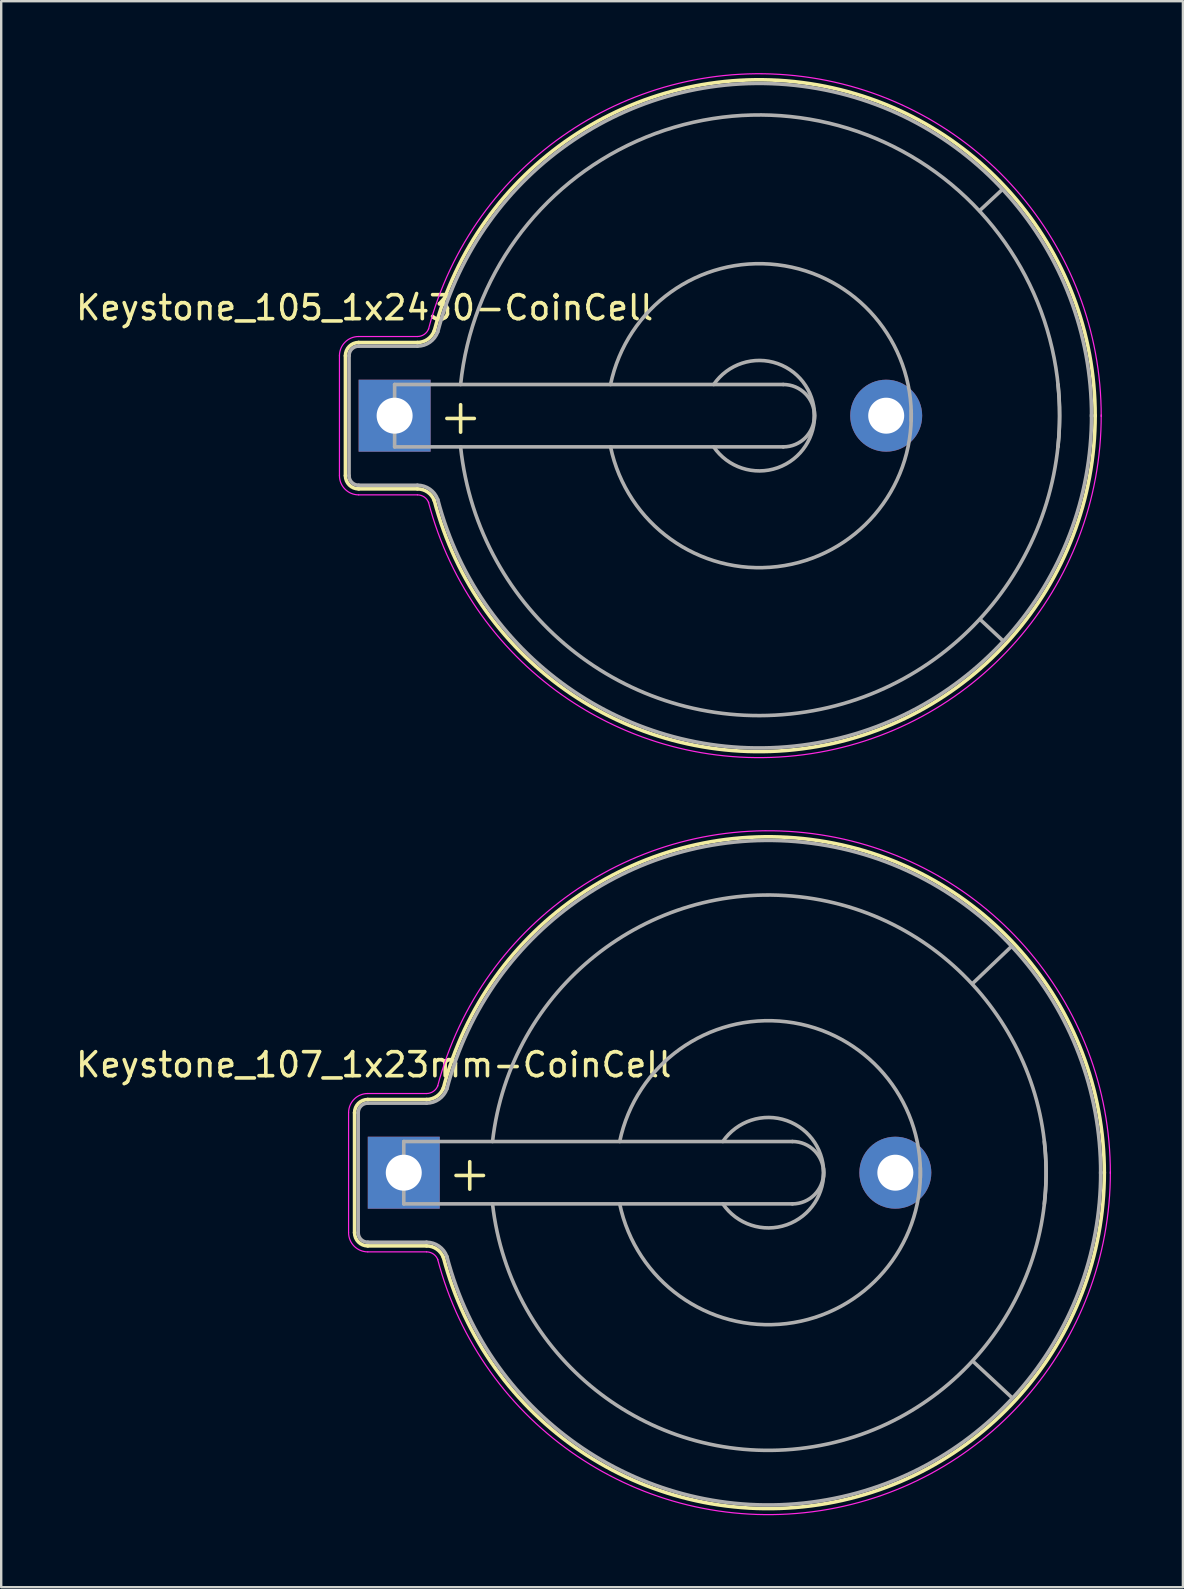
<source format=kicad_pcb>
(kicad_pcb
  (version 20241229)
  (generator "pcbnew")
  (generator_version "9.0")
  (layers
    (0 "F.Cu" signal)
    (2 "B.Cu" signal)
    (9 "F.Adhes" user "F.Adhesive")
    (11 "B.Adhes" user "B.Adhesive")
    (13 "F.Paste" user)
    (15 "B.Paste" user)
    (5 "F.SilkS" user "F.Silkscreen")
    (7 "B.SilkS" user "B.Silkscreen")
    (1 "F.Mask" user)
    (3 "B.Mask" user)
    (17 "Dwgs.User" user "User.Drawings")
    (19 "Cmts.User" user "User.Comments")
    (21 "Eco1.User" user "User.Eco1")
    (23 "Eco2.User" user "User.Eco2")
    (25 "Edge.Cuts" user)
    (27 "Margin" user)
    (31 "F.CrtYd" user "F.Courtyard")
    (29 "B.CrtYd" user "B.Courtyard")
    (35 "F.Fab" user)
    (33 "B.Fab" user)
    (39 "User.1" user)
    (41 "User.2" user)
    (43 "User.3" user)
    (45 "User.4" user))
  (footprint "Keystone_105_1x2430-CoinCell"
    (layer "F.Cu")
    (at 13.399 14.277)
    (property "Reference" "Keystone_105_1x2430-CoinCell" (at -1.25 -4.5 0) (layer "F.SilkS") (effects (font (size 1 1) (thickness 0.15))))
    (attr through_hole)
    (fp_line (start -2.05 -2.5) (end -2.05 2.5) (stroke (width 0.15) (type solid)) (layer "F.SilkS"))
    (fp_line (start -1.5 3.05) (end 0.95 3.05) (stroke (width 0.15) (type solid)) (layer "F.SilkS"))
    (fp_line (start 0.95 -3.05) (end -1.5 -3.05) (stroke (width 0.15) (type solid)) (layer "F.SilkS"))
    (fp_arc (start -2.05 -2.5) (mid -1.888909 -2.888909) (end -1.5 -3.05) (stroke (width 0.15) (type solid)) (layer "F.SilkS"))
    (fp_arc (start -1.5 3.05) (mid -1.888909 2.888909) (end -2.05 2.5) (stroke (width 0.15) (type solid)) (layer "F.SilkS"))
    (fp_arc (start 0.95 3.05) (mid 1.380182 3.185636) (end 1.654769 3.543485) (stroke (width 0.15) (type solid)) (layer "F.SilkS"))
    (fp_arc (start 1.65 -3.52) (mid 16.981862 -13.885887) (end 29.199738 0.015231) (stroke (width 0.15) (type solid)) (layer "F.SilkS"))
    (fp_arc (start 1.654769 -3.543485) (mid 1.380182 -3.185636) (end 0.95 -3.05) (stroke (width 0.15) (type solid)) (layer "F.SilkS"))
    (fp_arc (start 29.199738 -0.015231) (mid 16.981862 13.885887) (end 1.65 3.52) (stroke (width 0.15) (type solid)) (layer "F.SilkS"))
    (fp_line (start -2.3 -2.5) (end -2.3 2.5) (stroke (width 0.05) (type solid)) (layer "F.CrtYd"))
    (fp_line (start -1.5 3.3) (end 0.95 3.3) (stroke (width 0.05) (type solid)) (layer "F.CrtYd"))
    (fp_line (start 0.95 -3.3) (end -1.5 -3.3) (stroke (width 0.05) (type solid)) (layer "F.CrtYd"))
    (fp_arc (start -2.3 -2.5) (mid -2.065685 -3.065685) (end -1.5 -3.3) (stroke (width 0.05) (type solid)) (layer "F.CrtYd"))
    (fp_arc (start -1.5 3.3) (mid -2.065685 3.065685) (end -2.3 2.5) (stroke (width 0.05) (type solid)) (layer "F.CrtYd"))
    (fp_arc (start 0.95 3.3) (mid 1.236788 3.390424) (end 1.419846 3.62899) (stroke (width 0.05) (type solid)) (layer "F.CrtYd"))
    (fp_arc (start 1.41 -3.6) (mid 17.030934 -14.134065) (end 29.452124 0.032591) (stroke (width 0.05) (type solid)) (layer "F.CrtYd"))
    (fp_arc (start 1.419846 -3.62899) (mid 1.236788 -3.390424) (end 0.95 -3.3) (stroke (width 0.05) (type solid)) (layer "F.CrtYd"))
    (fp_arc (start 29.452124 -0.032591) (mid 17.030934 14.134065) (end 1.41 3.6) (stroke (width 0.05) (type solid)) (layer "F.CrtYd"))
    (fp_line (start -1.9 -2.5) (end -1.9 2.5) (stroke (width 0.15) (type solid)) (layer "F.Fab"))
    (fp_line (start -1.5 2.9) (end 0.95 2.9) (stroke (width 0.15) (type solid)) (layer "F.Fab"))
    (fp_line (start 0 -1.3) (end 0 1.3) (stroke (width 0.15) (type solid)) (layer "F.Fab"))
    (fp_line (start 0 1.3) (end 16.2 1.3) (stroke (width 0.15) (type solid)) (layer "F.Fab"))
    (fp_line (start 0.95 -2.9) (end -1.5 -2.9) (stroke (width 0.15) (type solid)) (layer "F.Fab"))
    (fp_line (start 16.2 -1.3) (end 0 -1.3) (stroke (width 0.15) (type solid)) (layer "F.Fab"))
    (fp_line (start 24.384 -8.547) (end 25.299 -9.399) (stroke (width 0.15) (type solid)) (layer "F.Fab"))
    (fp_line (start 24.409 8.496) (end 25.375 9.398) (stroke (width 0.15) (type solid)) (layer "F.Fab"))
    (fp_arc (start -1.9 -2.5) (mid -1.782843 -2.782843) (end -1.5 -2.9) (stroke (width 0.15) (type solid)) (layer "F.Fab"))
    (fp_arc (start -1.5 2.9) (mid -1.782843 2.782843) (end -1.9 2.5) (stroke (width 0.15) (type solid)) (layer "F.Fab"))
    (fp_arc (start 0.95 2.9) (mid 1.466219 3.062763) (end 1.795723 3.492182) (stroke (width 0.15) (type solid)) (layer "F.Fab"))
    (fp_arc (start 1.795723 -3.492182) (mid 1.466219 -3.062763) (end 0.95 -2.9) (stroke (width 0.15) (type solid)) (layer "F.Fab"))
    (fp_arc (start 1.8 -3.5) (mid 16.980951 -13.734563) (end 29.049508 0.033425) (stroke (width 0.15) (type solid)) (layer "F.Fab"))
    (fp_arc (start 2.75 -1.3) (mid 16.5 -12.45) (end 27.65 1.3) (stroke (width 0.15) (type solid)) (layer "F.Fab"))
    (fp_arc (start 9 -1.3) (mid 15.954687 -6.28971) (end 21.531551 0.203631) (stroke (width 0.15) (type solid)) (layer "F.Fab"))
    (fp_arc (start 13.3 -1.3) (mid 15.963947 -2.171724) (end 17.495448 0.175833) (stroke (width 0.15) (type solid)) (layer "F.Fab"))
    (fp_arc (start 16.2 -1.3) (mid 17.5 0) (end 16.2 1.3) (stroke (width 0.15) (type solid)) (layer "F.Fab"))
    (fp_arc (start 17.495448 -0.175833) (mid 15.963947 2.171724) (end 13.3 1.3) (stroke (width 0.15) (type solid)) (layer "F.Fab"))
    (fp_arc (start 21.531551 -0.203631) (mid 15.954687 6.28971) (end 9 1.3) (stroke (width 0.15) (type solid)) (layer "F.Fab"))
    (fp_arc (start 27.65 -1.3) (mid 16.5 12.45) (end 2.75 1.3) (stroke (width 0.15) (type solid)) (layer "F.Fab"))
    (fp_arc (start 29.049508 -0.033425) (mid 16.980951 13.734562) (end 1.8 3.5) (stroke (width 0.15) (type solid)) (layer "F.Fab"))
    (fp_text user "+" (at 2.75 0 0) (layer "F.SilkS") (effects (font (size 1.5 1.5) (thickness 0.15))))
    (pad "1" thru_hole rect (at 0 0) (size 3 3) (drill 1.5) (layers "*.Cu" "*.Mask"))
    (pad "2" thru_hole circle (at 20.49 0) (size 3 3) (drill 1.5) (layers "*.Cu" "*.Mask")))
  (footprint "Keystone_107_1x23mm-CoinCell"
    (layer "F.Cu")
    (at 13.78 45.831)
    (property "Reference" "Keystone_107_1x23mm-CoinCell" (at -1.25 -4.5 0) (layer "F.SilkS") (effects (font (size 1 1) (thickness 0.15))))
    (attr through_hole)
    (fp_line (start -2.05 -2.5) (end -2.05 2.5) (stroke (width 0.15) (type solid)) (layer "F.SilkS"))
    (fp_line (start -1.5 3.05) (end 0.95 3.05) (stroke (width 0.15) (type solid)) (layer "F.SilkS"))
    (fp_line (start 0.95 -3.05) (end -1.5 -3.05) (stroke (width 0.15) (type solid)) (layer "F.SilkS"))
    (fp_arc (start -2.05 -2.5) (mid -1.888909 -2.888909) (end -1.5 -3.05) (stroke (width 0.15) (type solid)) (layer "F.SilkS"))
    (fp_arc (start -1.5 3.05) (mid -1.888909 2.888909) (end -2.05 2.5) (stroke (width 0.15) (type solid)) (layer "F.SilkS"))
    (fp_arc (start 0.95 3.05) (mid 1.380182 3.185636) (end 1.654769 3.543485) (stroke (width 0.15) (type solid)) (layer "F.SilkS"))
    (fp_arc (start 1.65 -3.52) (mid 16.981862 -13.885887) (end 29.199738 0.015231) (stroke (width 0.15) (type solid)) (layer "F.SilkS"))
    (fp_arc (start 1.654769 -3.543485) (mid 1.380182 -3.185636) (end 0.95 -3.05) (stroke (width 0.15) (type solid)) (layer "F.SilkS"))
    (fp_arc (start 29.199738 -0.015231) (mid 16.981862 13.885887) (end 1.65 3.52) (stroke (width 0.15) (type solid)) (layer "F.SilkS"))
    (fp_line (start -2.3 -2.5) (end -2.3 2.5) (stroke (width 0.05) (type solid)) (layer "F.CrtYd"))
    (fp_line (start -1.5 3.3) (end 0.95 3.3) (stroke (width 0.05) (type solid)) (layer "F.CrtYd"))
    (fp_line (start 0.95 -3.3) (end -1.5 -3.3) (stroke (width 0.05) (type solid)) (layer "F.CrtYd"))
    (fp_arc (start -2.3 -2.5) (mid -2.065685 -3.065685) (end -1.5 -3.3) (stroke (width 0.05) (type solid)) (layer "F.CrtYd"))
    (fp_arc (start -1.5 3.3) (mid -2.065685 3.065685) (end -2.3 2.5) (stroke (width 0.05) (type solid)) (layer "F.CrtYd"))
    (fp_arc (start 0.95 3.3) (mid 1.236788 3.390424) (end 1.419846 3.62899) (stroke (width 0.05) (type solid)) (layer "F.CrtYd"))
    (fp_arc (start 1.41 -3.6) (mid 17.030934 -14.134065) (end 29.452124 0.032591) (stroke (width 0.05) (type solid)) (layer "F.CrtYd"))
    (fp_arc (start 1.419846 -3.62899) (mid 1.236788 -3.390424) (end 0.95 -3.3) (stroke (width 0.05) (type solid)) (layer "F.CrtYd"))
    (fp_arc (start 29.452124 -0.032591) (mid 17.030934 14.134065) (end 1.41 3.6) (stroke (width 0.05) (type solid)) (layer "F.CrtYd"))
    (fp_line (start -1.9 -2.5) (end -1.9 2.5) (stroke (width 0.15) (type solid)) (layer "F.Fab"))
    (fp_line (start -1.5 2.9) (end 0.95 2.9) (stroke (width 0.15) (type solid)) (layer "F.Fab"))
    (fp_line (start 0 -1.3) (end 0 1.3) (stroke (width 0.15) (type solid)) (layer "F.Fab"))
    (fp_line (start 0 1.3) (end 16.2 1.3) (stroke (width 0.15) (type solid)) (layer "F.Fab"))
    (fp_line (start 0.95 -2.9) (end -1.5 -2.9) (stroke (width 0.15) (type solid)) (layer "F.Fab"))
    (fp_line (start 16.2 -1.3) (end 0 -1.3) (stroke (width 0.15) (type solid)) (layer "F.Fab"))
    (fp_line (start 23.711 -7.887) (end 25.339 -9.439) (stroke (width 0.15) (type solid)) (layer "F.Fab"))
    (fp_line (start 23.724 7.861) (end 25.367 9.391) (stroke (width 0.15) (type solid)) (layer "F.Fab"))
    (fp_arc (start -1.9 -2.5) (mid -1.782843 -2.782843) (end -1.5 -2.9) (stroke (width 0.15) (type solid)) (layer "F.Fab"))
    (fp_arc (start -1.5 2.9) (mid -1.782843 2.782843) (end -1.9 2.5) (stroke (width 0.15) (type solid)) (layer "F.Fab"))
    (fp_arc (start 0.95 2.9) (mid 1.466219 3.062763) (end 1.795723 3.492182) (stroke (width 0.15) (type solid)) (layer "F.Fab"))
    (fp_arc (start 1.795723 -3.492182) (mid 1.466219 -3.062763) (end 0.95 -2.9) (stroke (width 0.15) (type solid)) (layer "F.Fab"))
    (fp_arc (start 1.8 -3.5) (mid 16.980951 -13.734563) (end 29.049508 0.033425) (stroke (width 0.15) (type solid)) (layer "F.Fab"))
    (fp_arc (start 3.7 -1.3) (mid 16.5 -11.5) (end 26.7 1.3) (stroke (width 0.15) (type solid)) (layer "F.Fab"))
    (fp_arc (start 9 -1.3) (mid 15.954687 -6.28971) (end 21.531551 0.203631) (stroke (width 0.15) (type solid)) (layer "F.Fab"))
    (fp_arc (start 13.3 -1.3) (mid 15.963947 -2.171724) (end 17.495448 0.175833) (stroke (width 0.15) (type solid)) (layer "F.Fab"))
    (fp_arc (start 16.2 -1.3) (mid 17.5 0) (end 16.2 1.3) (stroke (width 0.15) (type solid)) (layer "F.Fab"))
    (fp_arc (start 17.495448 -0.175833) (mid 15.963947 2.171724) (end 13.3 1.3) (stroke (width 0.15) (type solid)) (layer "F.Fab"))
    (fp_arc (start 21.531551 -0.203631) (mid 15.954687 6.28971) (end 9 1.3) (stroke (width 0.15) (type solid)) (layer "F.Fab"))
    (fp_arc (start 26.7 -1.3) (mid 16.5 11.5) (end 3.7 1.3) (stroke (width 0.15) (type solid)) (layer "F.Fab"))
    (fp_arc (start 29.049508 -0.033425) (mid 16.980951 13.734562) (end 1.8 3.5) (stroke (width 0.15) (type solid)) (layer "F.Fab"))
    (fp_text user "+" (at 2.75 0 0) (layer "F.SilkS") (effects (font (size 1.5 1.5) (thickness 0.15))))
    (pad "1" thru_hole rect (at 0 0) (size 3 3) (drill 1.5) (layers "*.Cu" "*.Mask"))
    (pad "2" thru_hole circle (at 20.49 0) (size 3 3) (drill 1.5) (layers "*.Cu" "*.Mask")))
  (gr_rect
    (start -3 -3)
    (end 46.257 63.109)
    (stroke (width 0.1) (type default))
    (fill no)
    (layer "Edge.Cuts")))
</source>
